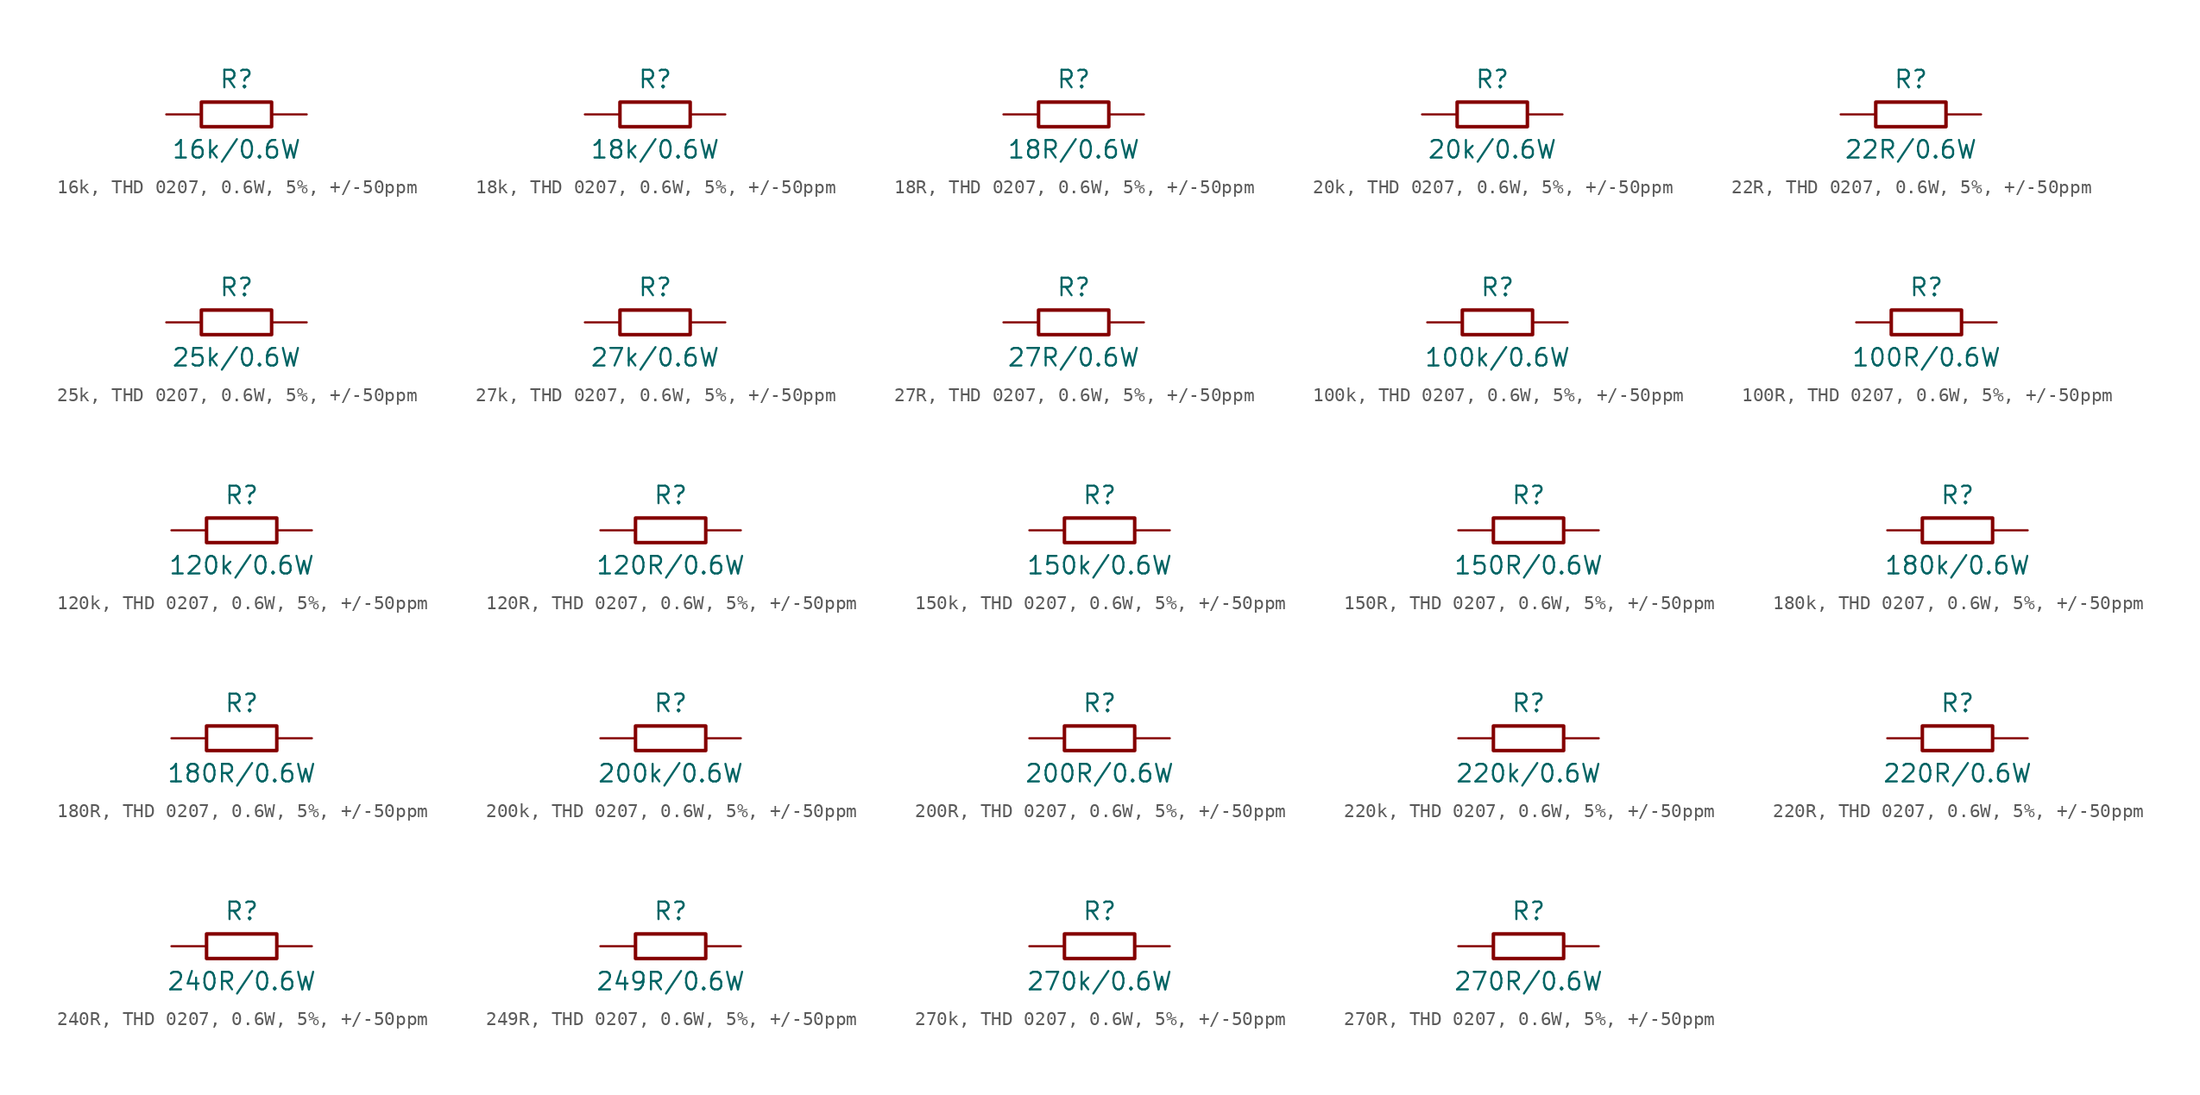
<source format=kicad_sym>
(kicad_symbol_lib
  (version 20220914)
  (generator kicad_symbol_editor)
  (symbol "16k, THD 0207, 0.6W, 5%, +/-50ppm"
    (pin_numbers hide)
    (pin_names
      (offset 0) hide)
    (property "Reference" "R"
      (at 0 2.54 0)
      (effects (font (size 1.27 1.27))))
    (property "Value" "16k/0.6W"
      (at 0 -2.54 0)
      (effects (font (size 1.27 1.27))))
    (symbol "16k, THD 0207, 0.6W, 5%, +/-50ppm_0_1"
      (rectangle (start -2.54 0.889) (end 2.54 -0.889) (stroke (width 0.254) (type default)) (fill (type none))))
    (symbol "16k, THD 0207, 0.6W, 5%, +/-50ppm_1_1"
      (pin passive line (at -5.08 0 0) (length 2.54) (name "1" (effects (font (size 1.27 1.27)))) (number "1" (effects (font (size 1.27 1.27)))))
      (pin passive line (at 5.08 0 180) (length 2.54) (name "2" (effects (font (size 1.27 1.27)))) (number "2" (effects (font (size 1.27 1.27)))))))
  (symbol "18k, THD 0207, 0.6W, 5%, +/-50ppm"
    (pin_numbers hide)
    (pin_names
      (offset 0) hide)
    (property "Reference" "R"
      (at 0 2.54 0)
      (effects (font (size 1.27 1.27))))
    (property "Value" "18k/0.6W"
      (at 0 -2.54 0)
      (effects (font (size 1.27 1.27))))
    (symbol "18k, THD 0207, 0.6W, 5%, +/-50ppm_0_1"
      (rectangle (start -2.54 0.889) (end 2.54 -0.889) (stroke (width 0.254) (type default)) (fill (type none))))
    (symbol "18k, THD 0207, 0.6W, 5%, +/-50ppm_1_1"
      (pin passive line (at -5.08 0 0) (length 2.54) (name "1" (effects (font (size 1.27 1.27)))) (number "1" (effects (font (size 1.27 1.27)))))
      (pin passive line (at 5.08 0 180) (length 2.54) (name "2" (effects (font (size 1.27 1.27)))) (number "2" (effects (font (size 1.27 1.27)))))))
  (symbol "18R, THD 0207, 0.6W, 5%, +/-50ppm"
    (pin_numbers hide)
    (pin_names
      (offset 0) hide)
    (property "Reference" "R"
      (at 0 2.54 0)
      (effects (font (size 1.27 1.27))))
    (property "Value" "18R/0.6W"
      (at 0 -2.54 0)
      (effects (font (size 1.27 1.27))))
    (symbol "18R, THD 0207, 0.6W, 5%, +/-50ppm_0_1"
      (rectangle (start -2.54 0.889) (end 2.54 -0.889) (stroke (width 0.254) (type default)) (fill (type none))))
    (symbol "18R, THD 0207, 0.6W, 5%, +/-50ppm_1_1"
      (pin passive line (at -5.08 0 0) (length 2.54) (name "1" (effects (font (size 1.27 1.27)))) (number "1" (effects (font (size 1.27 1.27)))))
      (pin passive line (at 5.08 0 180) (length 2.54) (name "2" (effects (font (size 1.27 1.27)))) (number "2" (effects (font (size 1.27 1.27)))))))
  (symbol "20k, THD 0207, 0.6W, 5%, +/-50ppm"
    (pin_numbers hide)
    (pin_names
      (offset 0) hide)
    (property "Reference" "R"
      (at 0 2.54 0)
      (effects (font (size 1.27 1.27))))
    (property "Value" "20k/0.6W"
      (at 0 -2.54 0)
      (effects (font (size 1.27 1.27))))
    (symbol "20k, THD 0207, 0.6W, 5%, +/-50ppm_0_1"
      (rectangle (start -2.54 0.889) (end 2.54 -0.889) (stroke (width 0.254) (type default)) (fill (type none))))
    (symbol "20k, THD 0207, 0.6W, 5%, +/-50ppm_1_1"
      (pin passive line (at -5.08 0 0) (length 2.54) (name "1" (effects (font (size 1.27 1.27)))) (number "1" (effects (font (size 1.27 1.27)))))
      (pin passive line (at 5.08 0 180) (length 2.54) (name "2" (effects (font (size 1.27 1.27)))) (number "2" (effects (font (size 1.27 1.27)))))))
  (symbol "22R, THD 0207, 0.6W, 5%, +/-50ppm"
    (pin_numbers hide)
    (pin_names
      (offset 0) hide)
    (property "Reference" "R"
      (at 0 2.54 0)
      (effects (font (size 1.27 1.27))))
    (property "Value" "22R/0.6W"
      (at 0 -2.54 0)
      (effects (font (size 1.27 1.27))))
    (symbol "22R, THD 0207, 0.6W, 5%, +/-50ppm_0_1"
      (rectangle (start -2.54 0.889) (end 2.54 -0.889) (stroke (width 0.254) (type default)) (fill (type none))))
    (symbol "22R, THD 0207, 0.6W, 5%, +/-50ppm_1_1"
      (pin passive line (at -5.08 0 0) (length 2.54) (name "1" (effects (font (size 1.27 1.27)))) (number "1" (effects (font (size 1.27 1.27)))))
      (pin passive line (at 5.08 0 180) (length 2.54) (name "2" (effects (font (size 1.27 1.27)))) (number "2" (effects (font (size 1.27 1.27)))))))
  (symbol "25k, THD 0207, 0.6W, 5%, +/-50ppm"
    (pin_numbers hide)
    (pin_names
      (offset 0) hide)
    (property "Reference" "R"
      (at 0 2.54 0)
      (effects (font (size 1.27 1.27))))
    (property "Value" "25k/0.6W"
      (at 0 -2.54 0)
      (effects (font (size 1.27 1.27))))
    (symbol "25k, THD 0207, 0.6W, 5%, +/-50ppm_0_1"
      (rectangle (start -2.54 0.889) (end 2.54 -0.889) (stroke (width 0.254) (type default)) (fill (type none))))
    (symbol "25k, THD 0207, 0.6W, 5%, +/-50ppm_1_1"
      (pin passive line (at -5.08 0 0) (length 2.54) (name "1" (effects (font (size 1.27 1.27)))) (number "1" (effects (font (size 1.27 1.27)))))
      (pin passive line (at 5.08 0 180) (length 2.54) (name "2" (effects (font (size 1.27 1.27)))) (number "2" (effects (font (size 1.27 1.27)))))))
  (symbol "27k, THD 0207, 0.6W, 5%, +/-50ppm"
    (pin_numbers hide)
    (pin_names
      (offset 0) hide)
    (property "Reference" "R"
      (at 0 2.54 0)
      (effects (font (size 1.27 1.27))))
    (property "Value" "27k/0.6W"
      (at 0 -2.54 0)
      (effects (font (size 1.27 1.27))))
    (symbol "27k, THD 0207, 0.6W, 5%, +/-50ppm_0_1"
      (rectangle (start -2.54 0.889) (end 2.54 -0.889) (stroke (width 0.254) (type default)) (fill (type none))))
    (symbol "27k, THD 0207, 0.6W, 5%, +/-50ppm_1_1"
      (pin passive line (at -5.08 0 0) (length 2.54) (name "1" (effects (font (size 1.27 1.27)))) (number "1" (effects (font (size 1.27 1.27)))))
      (pin passive line (at 5.08 0 180) (length 2.54) (name "2" (effects (font (size 1.27 1.27)))) (number "2" (effects (font (size 1.27 1.27)))))))
  (symbol "27R, THD 0207, 0.6W, 5%, +/-50ppm"
    (pin_numbers hide)
    (pin_names
      (offset 0) hide)
    (property "Reference" "R"
      (at 0 2.54 0)
      (effects (font (size 1.27 1.27))))
    (property "Value" "27R/0.6W"
      (at 0 -2.54 0)
      (effects (font (size 1.27 1.27))))
    (symbol "27R, THD 0207, 0.6W, 5%, +/-50ppm_0_1"
      (rectangle (start -2.54 0.889) (end 2.54 -0.889) (stroke (width 0.254) (type default)) (fill (type none))))
    (symbol "27R, THD 0207, 0.6W, 5%, +/-50ppm_1_1"
      (pin passive line (at -5.08 0 0) (length 2.54) (name "1" (effects (font (size 1.27 1.27)))) (number "1" (effects (font (size 1.27 1.27)))))
      (pin passive line (at 5.08 0 180) (length 2.54) (name "2" (effects (font (size 1.27 1.27)))) (number "2" (effects (font (size 1.27 1.27)))))))
  (symbol "100k, THD 0207, 0.6W, 5%, +/-50ppm"
    (pin_numbers hide)
    (pin_names
      (offset 0) hide)
    (property "Reference" "R"
      (at 0 2.54 0)
      (effects (font (size 1.27 1.27))))
    (property "Value" "100k/0.6W"
      (at 0 -2.54 0)
      (effects (font (size 1.27 1.27))))
    (symbol "100k, THD 0207, 0.6W, 5%, +/-50ppm_0_1"
      (rectangle (start -2.54 0.889) (end 2.54 -0.889) (stroke (width 0.254) (type default)) (fill (type none))))
    (symbol "100k, THD 0207, 0.6W, 5%, +/-50ppm_1_1"
      (pin passive line (at -5.08 0 0) (length 2.54) (name "1" (effects (font (size 1.27 1.27)))) (number "1" (effects (font (size 1.27 1.27)))))
      (pin passive line (at 5.08 0 180) (length 2.54) (name "2" (effects (font (size 1.27 1.27)))) (number "2" (effects (font (size 1.27 1.27)))))))
  (symbol "100R, THD 0207, 0.6W, 5%, +/-50ppm"
    (pin_numbers hide)
    (pin_names
      (offset 0) hide)
    (property "Reference" "R"
      (at 0 2.54 0)
      (effects (font (size 1.27 1.27))))
    (property "Value" "100R/0.6W"
      (at 0 -2.54 0)
      (effects (font (size 1.27 1.27))))
    (symbol "100R, THD 0207, 0.6W, 5%, +/-50ppm_0_1"
      (rectangle (start -2.54 0.889) (end 2.54 -0.889) (stroke (width 0.254) (type default)) (fill (type none))))
    (symbol "100R, THD 0207, 0.6W, 5%, +/-50ppm_1_1"
      (pin passive line (at -5.08 0 0) (length 2.54) (name "1" (effects (font (size 1.27 1.27)))) (number "1" (effects (font (size 1.27 1.27)))))
      (pin passive line (at 5.08 0 180) (length 2.54) (name "2" (effects (font (size 1.27 1.27)))) (number "2" (effects (font (size 1.27 1.27)))))))
  (symbol "120k, THD 0207, 0.6W, 5%, +/-50ppm"
    (pin_numbers hide)
    (pin_names
      (offset 0) hide)
    (property "Reference" "R"
      (at 0 2.54 0)
      (effects (font (size 1.27 1.27))))
    (property "Value" "120k/0.6W"
      (at 0 -2.54 0)
      (effects (font (size 1.27 1.27))))
    (symbol "120k, THD 0207, 0.6W, 5%, +/-50ppm_0_1"
      (rectangle (start -2.54 0.889) (end 2.54 -0.889) (stroke (width 0.254) (type default)) (fill (type none))))
    (symbol "120k, THD 0207, 0.6W, 5%, +/-50ppm_1_1"
      (pin passive line (at -5.08 0 0) (length 2.54) (name "1" (effects (font (size 1.27 1.27)))) (number "1" (effects (font (size 1.27 1.27)))))
      (pin passive line (at 5.08 0 180) (length 2.54) (name "2" (effects (font (size 1.27 1.27)))) (number "2" (effects (font (size 1.27 1.27)))))))
  (symbol "120R, THD 0207, 0.6W, 5%, +/-50ppm"
    (pin_numbers hide)
    (pin_names
      (offset 0) hide)
    (property "Reference" "R"
      (at 0 2.54 0)
      (effects (font (size 1.27 1.27))))
    (property "Value" "120R/0.6W"
      (at 0 -2.54 0)
      (effects (font (size 1.27 1.27))))
    (symbol "120R, THD 0207, 0.6W, 5%, +/-50ppm_0_1"
      (rectangle (start -2.54 0.889) (end 2.54 -0.889) (stroke (width 0.254) (type default)) (fill (type none))))
    (symbol "120R, THD 0207, 0.6W, 5%, +/-50ppm_1_1"
      (pin passive line (at -5.08 0 0) (length 2.54) (name "1" (effects (font (size 1.27 1.27)))) (number "1" (effects (font (size 1.27 1.27)))))
      (pin passive line (at 5.08 0 180) (length 2.54) (name "2" (effects (font (size 1.27 1.27)))) (number "2" (effects (font (size 1.27 1.27)))))))
  (symbol "150k, THD 0207, 0.6W, 5%, +/-50ppm"
    (pin_numbers hide)
    (pin_names
      (offset 0) hide)
    (property "Reference" "R"
      (at 0 2.54 0)
      (effects (font (size 1.27 1.27))))
    (property "Value" "150k/0.6W"
      (at 0 -2.54 0)
      (effects (font (size 1.27 1.27))))
    (symbol "150k, THD 0207, 0.6W, 5%, +/-50ppm_0_1"
      (rectangle (start -2.54 0.889) (end 2.54 -0.889) (stroke (width 0.254) (type default)) (fill (type none))))
    (symbol "150k, THD 0207, 0.6W, 5%, +/-50ppm_1_1"
      (pin passive line (at -5.08 0 0) (length 2.54) (name "1" (effects (font (size 1.27 1.27)))) (number "1" (effects (font (size 1.27 1.27)))))
      (pin passive line (at 5.08 0 180) (length 2.54) (name "2" (effects (font (size 1.27 1.27)))) (number "2" (effects (font (size 1.27 1.27)))))))
  (symbol "150R, THD 0207, 0.6W, 5%, +/-50ppm"
    (pin_numbers hide)
    (pin_names
      (offset 0) hide)
    (property "Reference" "R"
      (at 0 2.54 0)
      (effects (font (size 1.27 1.27))))
    (property "Value" "150R/0.6W"
      (at 0 -2.54 0)
      (effects (font (size 1.27 1.27))))
    (symbol "150R, THD 0207, 0.6W, 5%, +/-50ppm_0_1"
      (rectangle (start -2.54 0.889) (end 2.54 -0.889) (stroke (width 0.254) (type default)) (fill (type none))))
    (symbol "150R, THD 0207, 0.6W, 5%, +/-50ppm_1_1"
      (pin passive line (at -5.08 0 0) (length 2.54) (name "1" (effects (font (size 1.27 1.27)))) (number "1" (effects (font (size 1.27 1.27)))))
      (pin passive line (at 5.08 0 180) (length 2.54) (name "2" (effects (font (size 1.27 1.27)))) (number "2" (effects (font (size 1.27 1.27)))))))
  (symbol "180k, THD 0207, 0.6W, 5%, +/-50ppm"
    (pin_numbers hide)
    (pin_names
      (offset 0) hide)
    (property "Reference" "R"
      (at 0 2.54 0)
      (effects (font (size 1.27 1.27))))
    (property "Value" "180k/0.6W"
      (at 0 -2.54 0)
      (effects (font (size 1.27 1.27))))
    (symbol "180k, THD 0207, 0.6W, 5%, +/-50ppm_0_1"
      (rectangle (start -2.54 0.889) (end 2.54 -0.889) (stroke (width 0.254) (type default)) (fill (type none))))
    (symbol "180k, THD 0207, 0.6W, 5%, +/-50ppm_1_1"
      (pin passive line (at -5.08 0 0) (length 2.54) (name "1" (effects (font (size 1.27 1.27)))) (number "1" (effects (font (size 1.27 1.27)))))
      (pin passive line (at 5.08 0 180) (length 2.54) (name "2" (effects (font (size 1.27 1.27)))) (number "2" (effects (font (size 1.27 1.27)))))))
  (symbol "180R, THD 0207, 0.6W, 5%, +/-50ppm"
    (pin_numbers hide)
    (pin_names
      (offset 0) hide)
    (property "Reference" "R"
      (at 0 2.54 0)
      (effects (font (size 1.27 1.27))))
    (property "Value" "180R/0.6W"
      (at 0 -2.54 0)
      (effects (font (size 1.27 1.27))))
    (symbol "180R, THD 0207, 0.6W, 5%, +/-50ppm_0_1"
      (rectangle (start -2.54 0.889) (end 2.54 -0.889) (stroke (width 0.254) (type default)) (fill (type none))))
    (symbol "180R, THD 0207, 0.6W, 5%, +/-50ppm_1_1"
      (pin passive line (at -5.08 0 0) (length 2.54) (name "1" (effects (font (size 1.27 1.27)))) (number "1" (effects (font (size 1.27 1.27)))))
      (pin passive line (at 5.08 0 180) (length 2.54) (name "2" (effects (font (size 1.27 1.27)))) (number "2" (effects (font (size 1.27 1.27)))))))
  (symbol "200k, THD 0207, 0.6W, 5%, +/-50ppm"
    (pin_numbers hide)
    (pin_names
      (offset 0) hide)
    (property "Reference" "R"
      (at 0 2.54 0)
      (effects (font (size 1.27 1.27))))
    (property "Value" "200k/0.6W"
      (at 0 -2.54 0)
      (effects (font (size 1.27 1.27))))
    (symbol "200k, THD 0207, 0.6W, 5%, +/-50ppm_0_1"
      (rectangle (start -2.54 0.889) (end 2.54 -0.889) (stroke (width 0.254) (type default)) (fill (type none))))
    (symbol "200k, THD 0207, 0.6W, 5%, +/-50ppm_1_1"
      (pin passive line (at -5.08 0 0) (length 2.54) (name "1" (effects (font (size 1.27 1.27)))) (number "1" (effects (font (size 1.27 1.27)))))
      (pin passive line (at 5.08 0 180) (length 2.54) (name "2" (effects (font (size 1.27 1.27)))) (number "2" (effects (font (size 1.27 1.27)))))))
  (symbol "200R, THD 0207, 0.6W, 5%, +/-50ppm"
    (pin_numbers hide)
    (pin_names
      (offset 0) hide)
    (property "Reference" "R"
      (at 0 2.54 0)
      (effects (font (size 1.27 1.27))))
    (property "Value" "200R/0.6W"
      (at 0 -2.54 0)
      (effects (font (size 1.27 1.27))))
    (symbol "200R, THD 0207, 0.6W, 5%, +/-50ppm_0_1"
      (rectangle (start -2.54 0.889) (end 2.54 -0.889) (stroke (width 0.254) (type default)) (fill (type none))))
    (symbol "200R, THD 0207, 0.6W, 5%, +/-50ppm_1_1"
      (pin passive line (at -5.08 0 0) (length 2.54) (name "1" (effects (font (size 1.27 1.27)))) (number "1" (effects (font (size 1.27 1.27)))))
      (pin passive line (at 5.08 0 180) (length 2.54) (name "2" (effects (font (size 1.27 1.27)))) (number "2" (effects (font (size 1.27 1.27)))))))
  (symbol "220k, THD 0207, 0.6W, 5%, +/-50ppm"
    (pin_numbers hide)
    (pin_names
      (offset 0) hide)
    (property "Reference" "R"
      (at 0 2.54 0)
      (effects (font (size 1.27 1.27))))
    (property "Value" "220k/0.6W"
      (at 0 -2.54 0)
      (effects (font (size 1.27 1.27))))
    (symbol "220k, THD 0207, 0.6W, 5%, +/-50ppm_0_1"
      (rectangle (start -2.54 0.889) (end 2.54 -0.889) (stroke (width 0.254) (type default)) (fill (type none))))
    (symbol "220k, THD 0207, 0.6W, 5%, +/-50ppm_1_1"
      (pin passive line (at -5.08 0 0) (length 2.54) (name "1" (effects (font (size 1.27 1.27)))) (number "1" (effects (font (size 1.27 1.27)))))
      (pin passive line (at 5.08 0 180) (length 2.54) (name "2" (effects (font (size 1.27 1.27)))) (number "2" (effects (font (size 1.27 1.27)))))))
  (symbol "220R, THD 0207, 0.6W, 5%, +/-50ppm"
    (pin_numbers hide)
    (pin_names
      (offset 0) hide)
    (property "Reference" "R"
      (at 0 2.54 0)
      (effects (font (size 1.27 1.27))))
    (property "Value" "220R/0.6W"
      (at 0 -2.54 0)
      (effects (font (size 1.27 1.27))))
    (symbol "220R, THD 0207, 0.6W, 5%, +/-50ppm_0_1"
      (rectangle (start -2.54 0.889) (end 2.54 -0.889) (stroke (width 0.254) (type default)) (fill (type none))))
    (symbol "220R, THD 0207, 0.6W, 5%, +/-50ppm_1_1"
      (pin passive line (at -5.08 0 0) (length 2.54) (name "1" (effects (font (size 1.27 1.27)))) (number "1" (effects (font (size 1.27 1.27)))))
      (pin passive line (at 5.08 0 180) (length 2.54) (name "2" (effects (font (size 1.27 1.27)))) (number "2" (effects (font (size 1.27 1.27)))))))
  (symbol "240R, THD 0207, 0.6W, 5%, +/-50ppm"
    (pin_numbers hide)
    (pin_names
      (offset 0) hide)
    (property "Reference" "R"
      (at 0 2.54 0)
      (effects (font (size 1.27 1.27))))
    (property "Value" "240R/0.6W"
      (at 0 -2.54 0)
      (effects (font (size 1.27 1.27))))
    (symbol "240R, THD 0207, 0.6W, 5%, +/-50ppm_0_1"
      (rectangle (start -2.54 0.889) (end 2.54 -0.889) (stroke (width 0.254) (type default)) (fill (type none))))
    (symbol "240R, THD 0207, 0.6W, 5%, +/-50ppm_1_1"
      (pin passive line (at -5.08 0 0) (length 2.54) (name "1" (effects (font (size 1.27 1.27)))) (number "1" (effects (font (size 1.27 1.27)))))
      (pin passive line (at 5.08 0 180) (length 2.54) (name "2" (effects (font (size 1.27 1.27)))) (number "2" (effects (font (size 1.27 1.27)))))))
  (symbol "249R, THD 0207, 0.6W, 5%, +/-50ppm"
    (pin_numbers hide)
    (pin_names
      (offset 0) hide)
    (property "Reference" "R"
      (at 0 2.54 0)
      (effects (font (size 1.27 1.27))))
    (property "Value" "249R/0.6W"
      (at 0 -2.54 0)
      (effects (font (size 1.27 1.27))))
    (symbol "249R, THD 0207, 0.6W, 5%, +/-50ppm_0_1"
      (rectangle (start -2.54 0.889) (end 2.54 -0.889) (stroke (width 0.254) (type default)) (fill (type none))))
    (symbol "249R, THD 0207, 0.6W, 5%, +/-50ppm_1_1"
      (pin passive line (at -5.08 0 0) (length 2.54) (name "1" (effects (font (size 1.27 1.27)))) (number "1" (effects (font (size 1.27 1.27)))))
      (pin passive line (at 5.08 0 180) (length 2.54) (name "2" (effects (font (size 1.27 1.27)))) (number "2" (effects (font (size 1.27 1.27)))))))
  (symbol "270k, THD 0207, 0.6W, 5%, +/-50ppm"
    (pin_numbers hide)
    (pin_names
      (offset 0) hide)
    (property "Reference" "R"
      (at 0 2.54 0)
      (effects (font (size 1.27 1.27))))
    (property "Value" "270k/0.6W"
      (at 0 -2.54 0)
      (effects (font (size 1.27 1.27))))
    (symbol "270k, THD 0207, 0.6W, 5%, +/-50ppm_0_1"
      (rectangle (start -2.54 0.889) (end 2.54 -0.889) (stroke (width 0.254) (type default)) (fill (type none))))
    (symbol "270k, THD 0207, 0.6W, 5%, +/-50ppm_1_1"
      (pin passive line (at -5.08 0 0) (length 2.54) (name "1" (effects (font (size 1.27 1.27)))) (number "1" (effects (font (size 1.27 1.27)))))
      (pin passive line (at 5.08 0 180) (length 2.54) (name "2" (effects (font (size 1.27 1.27)))) (number "2" (effects (font (size 1.27 1.27)))))))
  (symbol "270R, THD 0207, 0.6W, 5%, +/-50ppm"
    (pin_numbers hide)
    (pin_names
      (offset 0) hide)
    (property "Reference" "R"
      (at 0 2.54 0)
      (effects (font (size 1.27 1.27))))
    (property "Value" "270R/0.6W"
      (at 0 -2.54 0)
      (effects (font (size 1.27 1.27))))
    (symbol "270R, THD 0207, 0.6W, 5%, +/-50ppm_0_1"
      (rectangle (start -2.54 0.889) (end 2.54 -0.889) (stroke (width 0.254) (type default)) (fill (type none))))
    (symbol "270R, THD 0207, 0.6W, 5%, +/-50ppm_1_1"
      (pin passive line (at -5.08 0 0) (length 2.54) (name "1" (effects (font (size 1.27 1.27)))) (number "1" (effects (font (size 1.27 1.27)))))
      (pin passive line (at 5.08 0 180) (length 2.54) (name "2" (effects (font (size 1.27 1.27)))) (number "2" (effects (font (size 1.27 1.27))))))))
</source>
